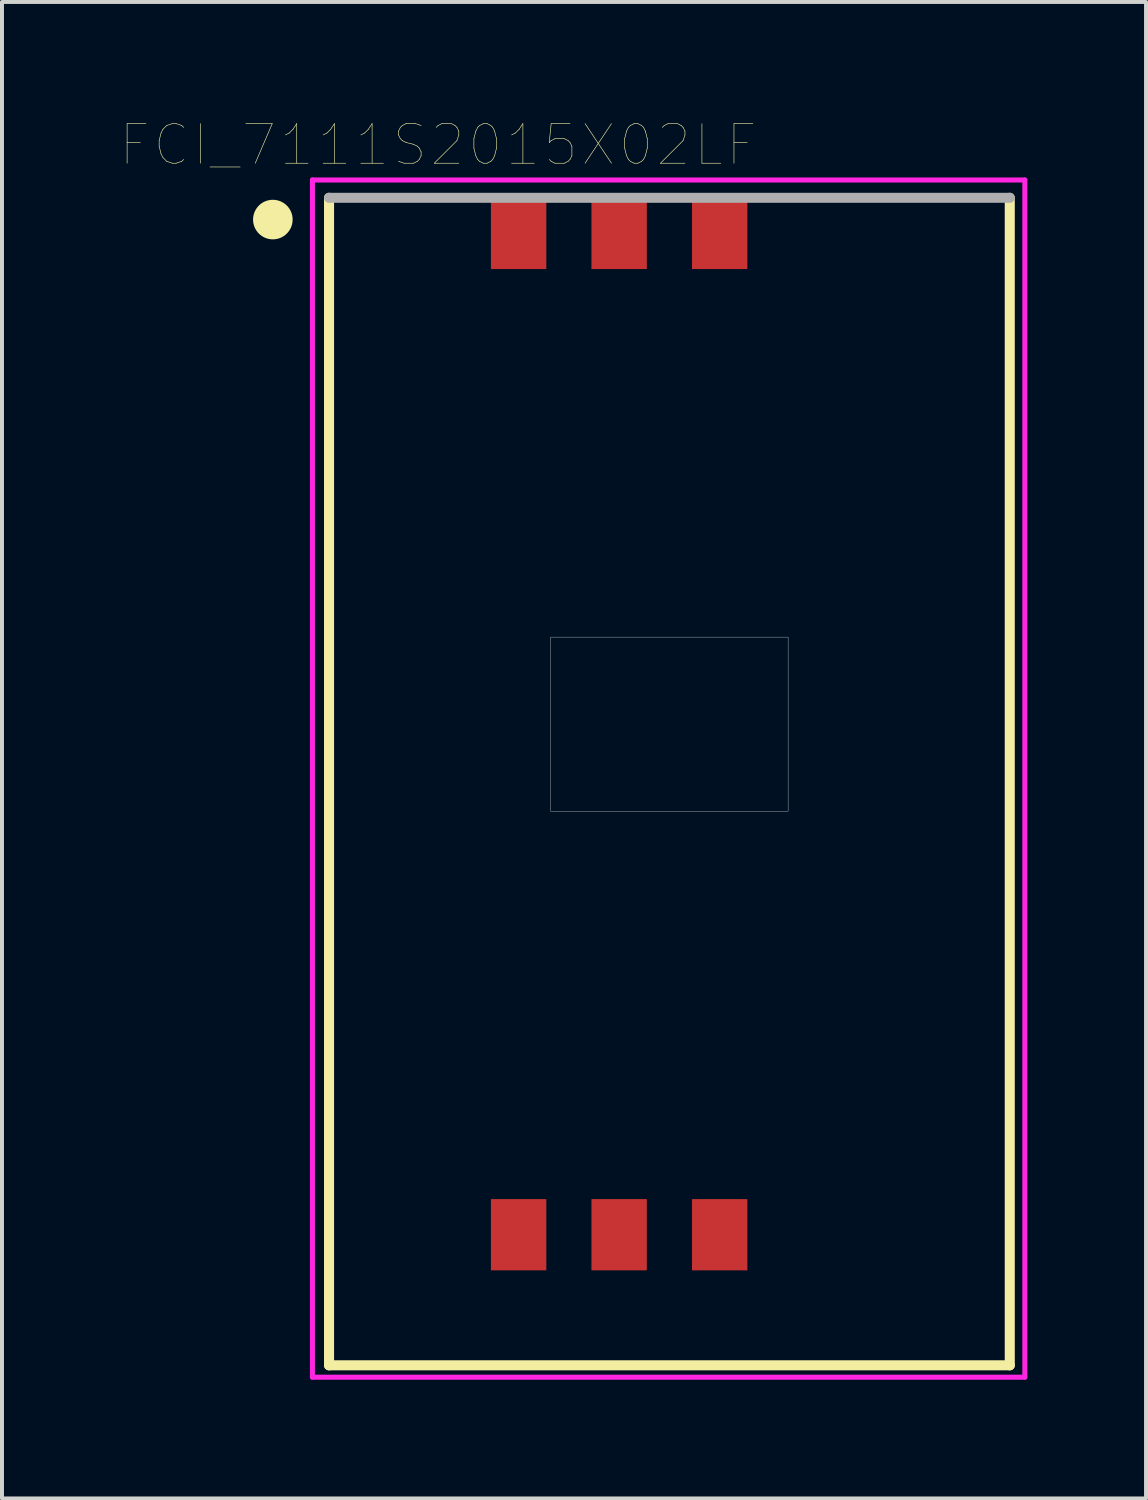
<source format=kicad_pcb>
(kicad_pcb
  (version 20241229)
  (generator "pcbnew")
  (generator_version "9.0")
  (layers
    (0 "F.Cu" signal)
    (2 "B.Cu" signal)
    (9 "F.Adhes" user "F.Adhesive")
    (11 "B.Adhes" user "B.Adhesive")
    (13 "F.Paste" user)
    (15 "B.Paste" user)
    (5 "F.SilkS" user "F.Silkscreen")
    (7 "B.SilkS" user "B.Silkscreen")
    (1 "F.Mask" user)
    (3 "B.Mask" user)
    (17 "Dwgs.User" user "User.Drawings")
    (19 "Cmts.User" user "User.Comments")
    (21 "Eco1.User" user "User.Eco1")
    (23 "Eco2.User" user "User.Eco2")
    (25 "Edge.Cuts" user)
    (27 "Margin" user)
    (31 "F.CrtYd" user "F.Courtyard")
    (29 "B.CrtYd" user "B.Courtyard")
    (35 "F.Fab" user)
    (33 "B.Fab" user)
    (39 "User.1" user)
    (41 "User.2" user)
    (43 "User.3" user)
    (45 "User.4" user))
  (footprint "FCI_7111S2015X02LF"
    (layer "F.Cu")
    (at 12.594 15.498)
    (property "Reference" "FCI_7111S2015X02LF" (at -4.575 -14.886 0) (layer "F.SilkS") (effects (font (size 1 1) (thickness 0.015))))
    (attr through_hole)
    (fp_line (start -7.33 -13.55) (end -7.33 15.95) (stroke (width 0.254) (type solid)) (layer "F.SilkS"))
    (fp_line (start -7.33 15.95) (end 9.87 15.95) (stroke (width 0.254) (type solid)) (layer "F.SilkS"))
    (fp_line (start 9.87 15.95) (end 9.87 -13.55) (stroke (width 0.254) (type solid)) (layer "F.SilkS"))
    (fp_circle (center -8.75 -13) (end -8.25 -13) (stroke (width 0) (type solid)) (fill yes) (layer "F.SilkS"))
    (fp_poly (pts (xy -1.731 -2.45) (xy 4.27 -2.45) (xy 4.27 1.951) (xy -1.731 1.951)) (stroke (width 0.01) (type solid)) (fill no) (layer "Dwgs.User"))
    (fp_line (start -7.75 -14) (end 10.25 -14) (stroke (width 0.127) (type solid)) (layer "F.CrtYd"))
    (fp_line (start -7.75 16.25) (end -7.75 -14) (stroke (width 0.127) (type solid)) (layer "F.CrtYd"))
    (fp_line (start 10.25 -14) (end 10.25 16.25) (stroke (width 0.127) (type solid)) (layer "F.CrtYd"))
    (fp_line (start 10.25 16.25) (end -7.75 16.25) (stroke (width 0.127) (type solid)) (layer "F.CrtYd"))
    (fp_line (start 9.87 -13.55) (end -7.33 -13.55) (stroke (width 0.254) (type solid)) (layer "F.Fab"))
    (pad "1" smd rect (at -2.54 -12.65) (size 1.4 1.8) (layers "F.Cu" "F.Mask" "F.Paste"))
    (pad "2" smd rect (at 0 -12.65) (size 1.4 1.8) (layers "F.Cu" "F.Mask" "F.Paste"))
    (pad "3" smd rect (at 2.54 -12.65) (size 1.4 1.8) (layers "F.Cu" "F.Mask" "F.Paste"))
    (pad "5" smd rect (at -2.54 12.65) (size 1.4 1.8) (layers "F.Cu" "F.Mask" "F.Paste"))
    (pad "6" smd rect (at 0 12.65) (size 1.4 1.8) (layers "F.Cu" "F.Mask" "F.Paste"))
    (pad "7" smd rect (at 2.54 12.65) (size 1.4 1.8) (layers "F.Cu" "F.Mask" "F.Paste")))
  (gr_rect
    (start -3 -3)
    (end 25.907 34.811)
    (stroke (width 0.1) (type default))
    (fill no)
    (layer "Edge.Cuts")))
</source>
